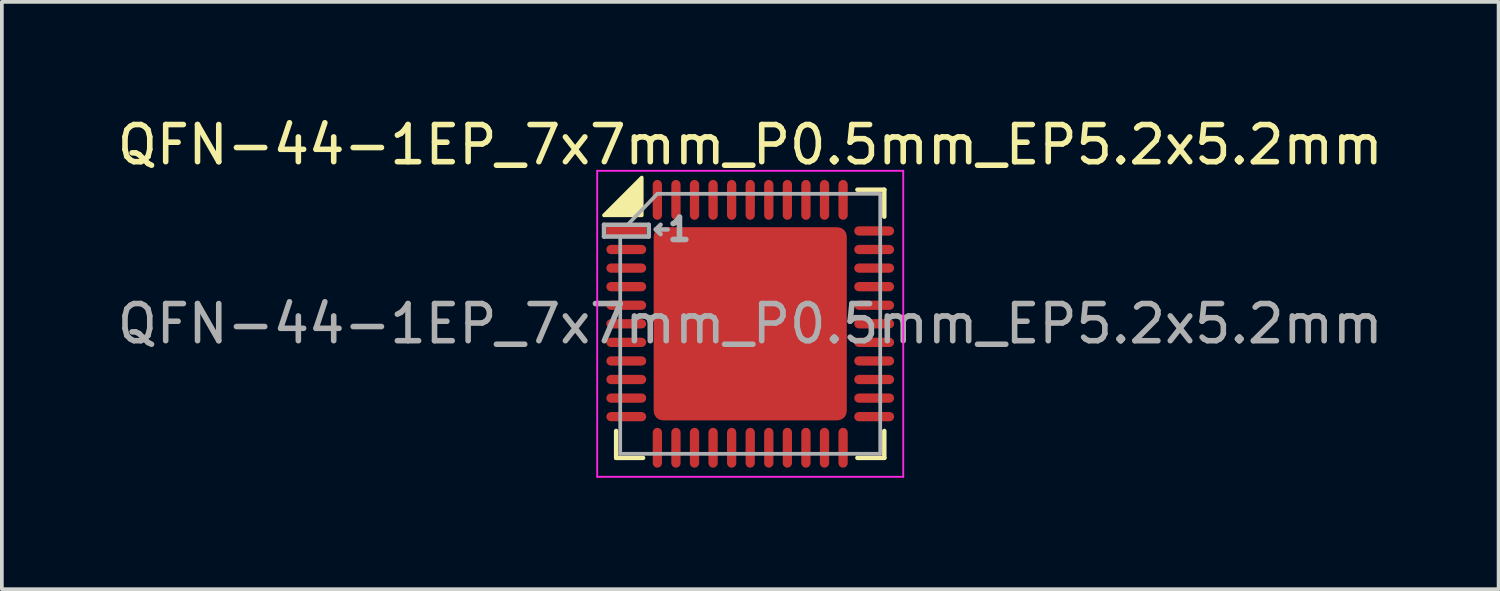
<source format=kicad_pcb>
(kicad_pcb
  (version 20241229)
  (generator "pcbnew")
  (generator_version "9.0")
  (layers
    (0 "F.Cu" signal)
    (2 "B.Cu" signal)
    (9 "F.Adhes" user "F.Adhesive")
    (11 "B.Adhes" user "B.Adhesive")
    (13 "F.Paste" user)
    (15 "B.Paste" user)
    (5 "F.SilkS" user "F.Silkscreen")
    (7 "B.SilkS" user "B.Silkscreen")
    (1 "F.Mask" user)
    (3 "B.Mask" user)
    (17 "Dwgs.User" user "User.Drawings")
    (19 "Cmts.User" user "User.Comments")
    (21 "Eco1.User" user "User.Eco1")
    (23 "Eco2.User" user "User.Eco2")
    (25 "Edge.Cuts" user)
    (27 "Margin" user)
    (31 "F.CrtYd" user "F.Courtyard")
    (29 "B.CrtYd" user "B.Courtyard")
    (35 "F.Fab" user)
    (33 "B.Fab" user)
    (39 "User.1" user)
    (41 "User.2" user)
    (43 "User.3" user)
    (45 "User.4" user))
  (footprint "QFN-44-1EP_7x7mm_P0.5mm_EP5.2x5.2mm"
    (layer "F.Cu")
    (at 17.149 5.668)
    (property "Reference" "QFN-44-1EP_7x7mm_P0.5mm_EP5.2x5.2mm" (at 0 -4.82 0) (layer "F.SilkS") (effects (font (size 1 1) (thickness 0.15))))
    (attr smd)
    (fp_line (start -3.61 3.61) (end -3.61 2.885) (stroke (width 0.12) (type solid)) (layer "F.SilkS"))
    (fp_line (start -2.885 3.61) (end -3.61 3.61) (stroke (width 0.12) (type solid)) (layer "F.SilkS"))
    (fp_line (start 2.885 -3.61) (end 3.61 -3.61) (stroke (width 0.12) (type solid)) (layer "F.SilkS"))
    (fp_line (start 2.885 3.61) (end 3.61 3.61) (stroke (width 0.12) (type solid)) (layer "F.SilkS"))
    (fp_line (start 3.61 -3.61) (end 3.61 -2.885) (stroke (width 0.12) (type solid)) (layer "F.SilkS"))
    (fp_line (start 3.61 3.61) (end 3.61 2.885) (stroke (width 0.12) (type solid)) (layer "F.SilkS"))
    (fp_poly (pts (xy -3.937 -2.921) (xy -2.921 -2.921) (xy -2.921 -3.937)) (stroke (width 0.1) (type solid)) (fill yes) (layer "F.SilkS"))
    (fp_line (start -4.12 -4.12) (end -4.12 4.12) (stroke (width 0.05) (type solid)) (layer "F.CrtYd"))
    (fp_line (start -4.12 4.12) (end 4.12 4.12) (stroke (width 0.05) (type solid)) (layer "F.CrtYd"))
    (fp_line (start 4.12 -4.12) (end -4.12 -4.12) (stroke (width 0.05) (type solid)) (layer "F.CrtYd"))
    (fp_line (start 4.12 4.12) (end 4.12 -4.12) (stroke (width 0.05) (type solid)) (layer "F.CrtYd"))
    (fp_line (start -3.937 -2.667) (end -3.937 -2.349) (stroke (width 0.12) (type solid)) (layer "F.Fab"))
    (fp_line (start -3.937 -2.349) (end -2.731 -2.349) (stroke (width 0.12) (type solid)) (layer "F.Fab"))
    (fp_line (start -3.5 3.5) (end -3.5 -2.286) (stroke (width 0.1) (type solid)) (layer "F.Fab"))
    (fp_line (start -3.302 -2.667) (end -2.5 -3.5) (stroke (width 0.1) (type solid)) (layer "F.Fab"))
    (fp_line (start -2.731 -2.667) (end -3.937 -2.667) (stroke (width 0.12) (type solid)) (layer "F.Fab"))
    (fp_line (start -2.731 -2.349) (end -2.731 -2.667) (stroke (width 0.12) (type solid)) (layer "F.Fab"))
    (fp_line (start -2.54 -2.54) (end -2.413 -2.667) (stroke (width 0.12) (type solid)) (layer "F.Fab"))
    (fp_line (start -2.54 -2.54) (end -2.413 -2.413) (stroke (width 0.12) (type solid)) (layer "F.Fab"))
    (fp_line (start -2.5 -3.5) (end 3.5 -3.5) (stroke (width 0.1) (type solid)) (layer "F.Fab"))
    (fp_line (start -2.223 -2.54) (end -2.54 -2.54) (stroke (width 0.12) (type solid)) (layer "F.Fab"))
    (fp_line (start 3.5 -3.5) (end 3.5 3.5) (stroke (width 0.1) (type solid)) (layer "F.Fab"))
    (fp_line (start 3.5 3.5) (end -3.5 3.5) (stroke (width 0.1) (type solid)) (layer "F.Fab"))
    (fp_text user "1" (at -1.905 -2.54 0) (layer "F.Fab") (effects (font (size 0.6 0.6) (thickness 0.15))))
    (fp_text user "${REFERENCE}" (at 0 0 0) (layer "F.Fab") (effects (font (size 1 1) (thickness 0.15))))
    (pad "" smd roundrect (at -1.95 -1.95) (size 1.05 1.05) (layers "F.Paste") (roundrect_rratio 0.238))
    (pad "" smd roundrect (at -1.95 -0.65) (size 1.05 1.05) (layers "F.Paste") (roundrect_rratio 0.238))
    (pad "" smd roundrect (at -1.95 0.65) (size 1.05 1.05) (layers "F.Paste") (roundrect_rratio 0.238))
    (pad "" smd roundrect (at -1.95 1.95) (size 1.05 1.05) (layers "F.Paste") (roundrect_rratio 0.238))
    (pad "" smd roundrect (at -0.65 -1.95) (size 1.05 1.05) (layers "F.Paste") (roundrect_rratio 0.238))
    (pad "" smd roundrect (at -0.65 -0.65) (size 1.05 1.05) (layers "F.Paste") (roundrect_rratio 0.238))
    (pad "" smd roundrect (at -0.65 0.65) (size 1.05 1.05) (layers "F.Paste") (roundrect_rratio 0.238))
    (pad "" smd roundrect (at -0.65 1.95) (size 1.05 1.05) (layers "F.Paste") (roundrect_rratio 0.238))
    (pad "" smd roundrect (at 0.65 -1.95) (size 1.05 1.05) (layers "F.Paste") (roundrect_rratio 0.238))
    (pad "" smd roundrect (at 0.65 -0.65) (size 1.05 1.05) (layers "F.Paste") (roundrect_rratio 0.238))
    (pad "" smd roundrect (at 0.65 0.65) (size 1.05 1.05) (layers "F.Paste") (roundrect_rratio 0.238))
    (pad "" smd roundrect (at 0.65 1.95) (size 1.05 1.05) (layers "F.Paste") (roundrect_rratio 0.238))
    (pad "" smd roundrect (at 1.95 -1.95) (size 1.05 1.05) (layers "F.Paste") (roundrect_rratio 0.238))
    (pad "" smd roundrect (at 1.95 -0.65) (size 1.05 1.05) (layers "F.Paste") (roundrect_rratio 0.238))
    (pad "" smd roundrect (at 1.95 0.65) (size 1.05 1.05) (layers "F.Paste") (roundrect_rratio 0.238))
    (pad "" smd roundrect (at 1.95 1.95) (size 1.05 1.05) (layers "F.Paste") (roundrect_rratio 0.238))
    (pad "1" smd trapezoid (at -3.337 -2.5) (size 1.075 0.25) (layers "F.Cu" "F.Mask" "F.Paste"))
    (pad "2" smd roundrect (at -3.337 -2) (size 1.075 0.25) (layers "F.Cu" "F.Mask" "F.Paste") (roundrect_rratio 0.5))
    (pad "3" smd roundrect (at -3.337 -1.5) (size 1.075 0.25) (layers "F.Cu" "F.Mask" "F.Paste") (roundrect_rratio 0.5))
    (pad "4" smd roundrect (at -3.337 -1) (size 1.075 0.25) (layers "F.Cu" "F.Mask" "F.Paste") (roundrect_rratio 0.5))
    (pad "5" smd roundrect (at -3.337 -0.5) (size 1.075 0.25) (layers "F.Cu" "F.Mask" "F.Paste") (roundrect_rratio 0.5))
    (pad "6" smd roundrect (at -3.337 0) (size 1.075 0.25) (layers "F.Cu" "F.Mask" "F.Paste") (roundrect_rratio 0.5))
    (pad "7" smd roundrect (at -3.337 0.5) (size 1.075 0.25) (layers "F.Cu" "F.Mask" "F.Paste") (roundrect_rratio 0.5))
    (pad "8" smd roundrect (at -3.337 1) (size 1.075 0.25) (layers "F.Cu" "F.Mask" "F.Paste") (roundrect_rratio 0.5))
    (pad "9" smd roundrect (at -3.337 1.5) (size 1.075 0.25) (layers "F.Cu" "F.Mask" "F.Paste") (roundrect_rratio 0.5))
    (pad "10" smd roundrect (at -3.337 2) (size 1.075 0.25) (layers "F.Cu" "F.Mask" "F.Paste") (roundrect_rratio 0.5))
    (pad "11" smd roundrect (at -3.337 2.5) (size 1.075 0.25) (layers "F.Cu" "F.Mask" "F.Paste") (roundrect_rratio 0.5))
    (pad "12" smd roundrect (at -2.5 3.337) (size 0.25 1.075) (layers "F.Cu" "F.Mask" "F.Paste") (roundrect_rratio 0.5))
    (pad "13" smd roundrect (at -2 3.337) (size 0.25 1.075) (layers "F.Cu" "F.Mask" "F.Paste") (roundrect_rratio 0.5))
    (pad "14" smd roundrect (at -1.5 3.337) (size 0.25 1.075) (layers "F.Cu" "F.Mask" "F.Paste") (roundrect_rratio 0.5))
    (pad "15" smd roundrect (at -1 3.337) (size 0.25 1.075) (layers "F.Cu" "F.Mask" "F.Paste") (roundrect_rratio 0.5))
    (pad "16" smd roundrect (at -0.5 3.337) (size 0.25 1.075) (layers "F.Cu" "F.Mask" "F.Paste") (roundrect_rratio 0.5))
    (pad "17" smd roundrect (at 0 3.337) (size 0.25 1.075) (layers "F.Cu" "F.Mask" "F.Paste") (roundrect_rratio 0.5))
    (pad "18" smd roundrect (at 0.5 3.337) (size 0.25 1.075) (layers "F.Cu" "F.Mask" "F.Paste") (roundrect_rratio 0.5))
    (pad "19" smd roundrect (at 1 3.337) (size 0.25 1.075) (layers "F.Cu" "F.Mask" "F.Paste") (roundrect_rratio 0.5))
    (pad "20" smd roundrect (at 1.5 3.337) (size 0.25 1.075) (layers "F.Cu" "F.Mask" "F.Paste") (roundrect_rratio 0.5))
    (pad "21" smd roundrect (at 2 3.337) (size 0.25 1.075) (layers "F.Cu" "F.Mask" "F.Paste") (roundrect_rratio 0.5))
    (pad "22" smd roundrect (at 2.5 3.337) (size 0.25 1.075) (layers "F.Cu" "F.Mask" "F.Paste") (roundrect_rratio 0.5))
    (pad "23" smd roundrect (at 3.337 2.5) (size 1.075 0.25) (layers "F.Cu" "F.Mask" "F.Paste") (roundrect_rratio 0.5))
    (pad "24" smd roundrect (at 3.337 2) (size 1.075 0.25) (layers "F.Cu" "F.Mask" "F.Paste") (roundrect_rratio 0.5))
    (pad "25" smd roundrect (at 3.337 1.5) (size 1.075 0.25) (layers "F.Cu" "F.Mask" "F.Paste") (roundrect_rratio 0.5))
    (pad "26" smd roundrect (at 3.337 1) (size 1.075 0.25) (layers "F.Cu" "F.Mask" "F.Paste") (roundrect_rratio 0.5))
    (pad "27" smd roundrect (at 3.337 0.5) (size 1.075 0.25) (layers "F.Cu" "F.Mask" "F.Paste") (roundrect_rratio 0.5))
    (pad "28" smd roundrect (at 3.337 0) (size 1.075 0.25) (layers "F.Cu" "F.Mask" "F.Paste") (roundrect_rratio 0.5))
    (pad "29" smd roundrect (at 3.337 -0.5) (size 1.075 0.25) (layers "F.Cu" "F.Mask" "F.Paste") (roundrect_rratio 0.5))
    (pad "30" smd roundrect (at 3.337 -1) (size 1.075 0.25) (layers "F.Cu" "F.Mask" "F.Paste") (roundrect_rratio 0.5))
    (pad "31" smd roundrect (at 3.337 -1.5) (size 1.075 0.25) (layers "F.Cu" "F.Mask" "F.Paste") (roundrect_rratio 0.5))
    (pad "32" smd roundrect (at 3.337 -2) (size 1.075 0.25) (layers "F.Cu" "F.Mask" "F.Paste") (roundrect_rratio 0.5))
    (pad "33" smd roundrect (at 3.337 -2.5) (size 1.075 0.25) (layers "F.Cu" "F.Mask" "F.Paste") (roundrect_rratio 0.5))
    (pad "34" smd roundrect (at 2.5 -3.337) (size 0.25 1.075) (layers "F.Cu" "F.Mask" "F.Paste") (roundrect_rratio 0.5))
    (pad "35" smd roundrect (at 2 -3.337) (size 0.25 1.075) (layers "F.Cu" "F.Mask" "F.Paste") (roundrect_rratio 0.5))
    (pad "36" smd roundrect (at 1.5 -3.337) (size 0.25 1.075) (layers "F.Cu" "F.Mask" "F.Paste") (roundrect_rratio 0.5))
    (pad "37" smd roundrect (at 1 -3.337) (size 0.25 1.075) (layers "F.Cu" "F.Mask" "F.Paste") (roundrect_rratio 0.5))
    (pad "38" smd roundrect (at 0.5 -3.337) (size 0.25 1.075) (layers "F.Cu" "F.Mask" "F.Paste") (roundrect_rratio 0.5))
    (pad "39" smd roundrect (at 0 -3.337) (size 0.25 1.075) (layers "F.Cu" "F.Mask" "F.Paste") (roundrect_rratio 0.5))
    (pad "40" smd roundrect (at -0.5 -3.337) (size 0.25 1.075) (layers "F.Cu" "F.Mask" "F.Paste") (roundrect_rratio 0.5))
    (pad "41" smd roundrect (at -1 -3.337) (size 0.25 1.075) (layers "F.Cu" "F.Mask" "F.Paste") (roundrect_rratio 0.5))
    (pad "42" smd roundrect (at -1.5 -3.337) (size 0.25 1.075) (layers "F.Cu" "F.Mask" "F.Paste") (roundrect_rratio 0.5))
    (pad "43" smd roundrect (at -2 -3.337) (size 0.25 1.075) (layers "F.Cu" "F.Mask" "F.Paste") (roundrect_rratio 0.5))
    (pad "44" smd roundrect (at -2.5 -3.337) (size 0.25 1.075) (layers "F.Cu" "F.Mask" "F.Paste") (roundrect_rratio 0.5))
    (pad "45" smd roundrect (at 0 0) (size 5.2 5.2) (layers "F.Cu" "F.Mask") (roundrect_rratio 0.048)))
  (gr_rect
    (start -3 -3)
    (end 37.298 12.813)
    (stroke (width 0.1) (type default))
    (fill no)
    (layer "Edge.Cuts")))
</source>
